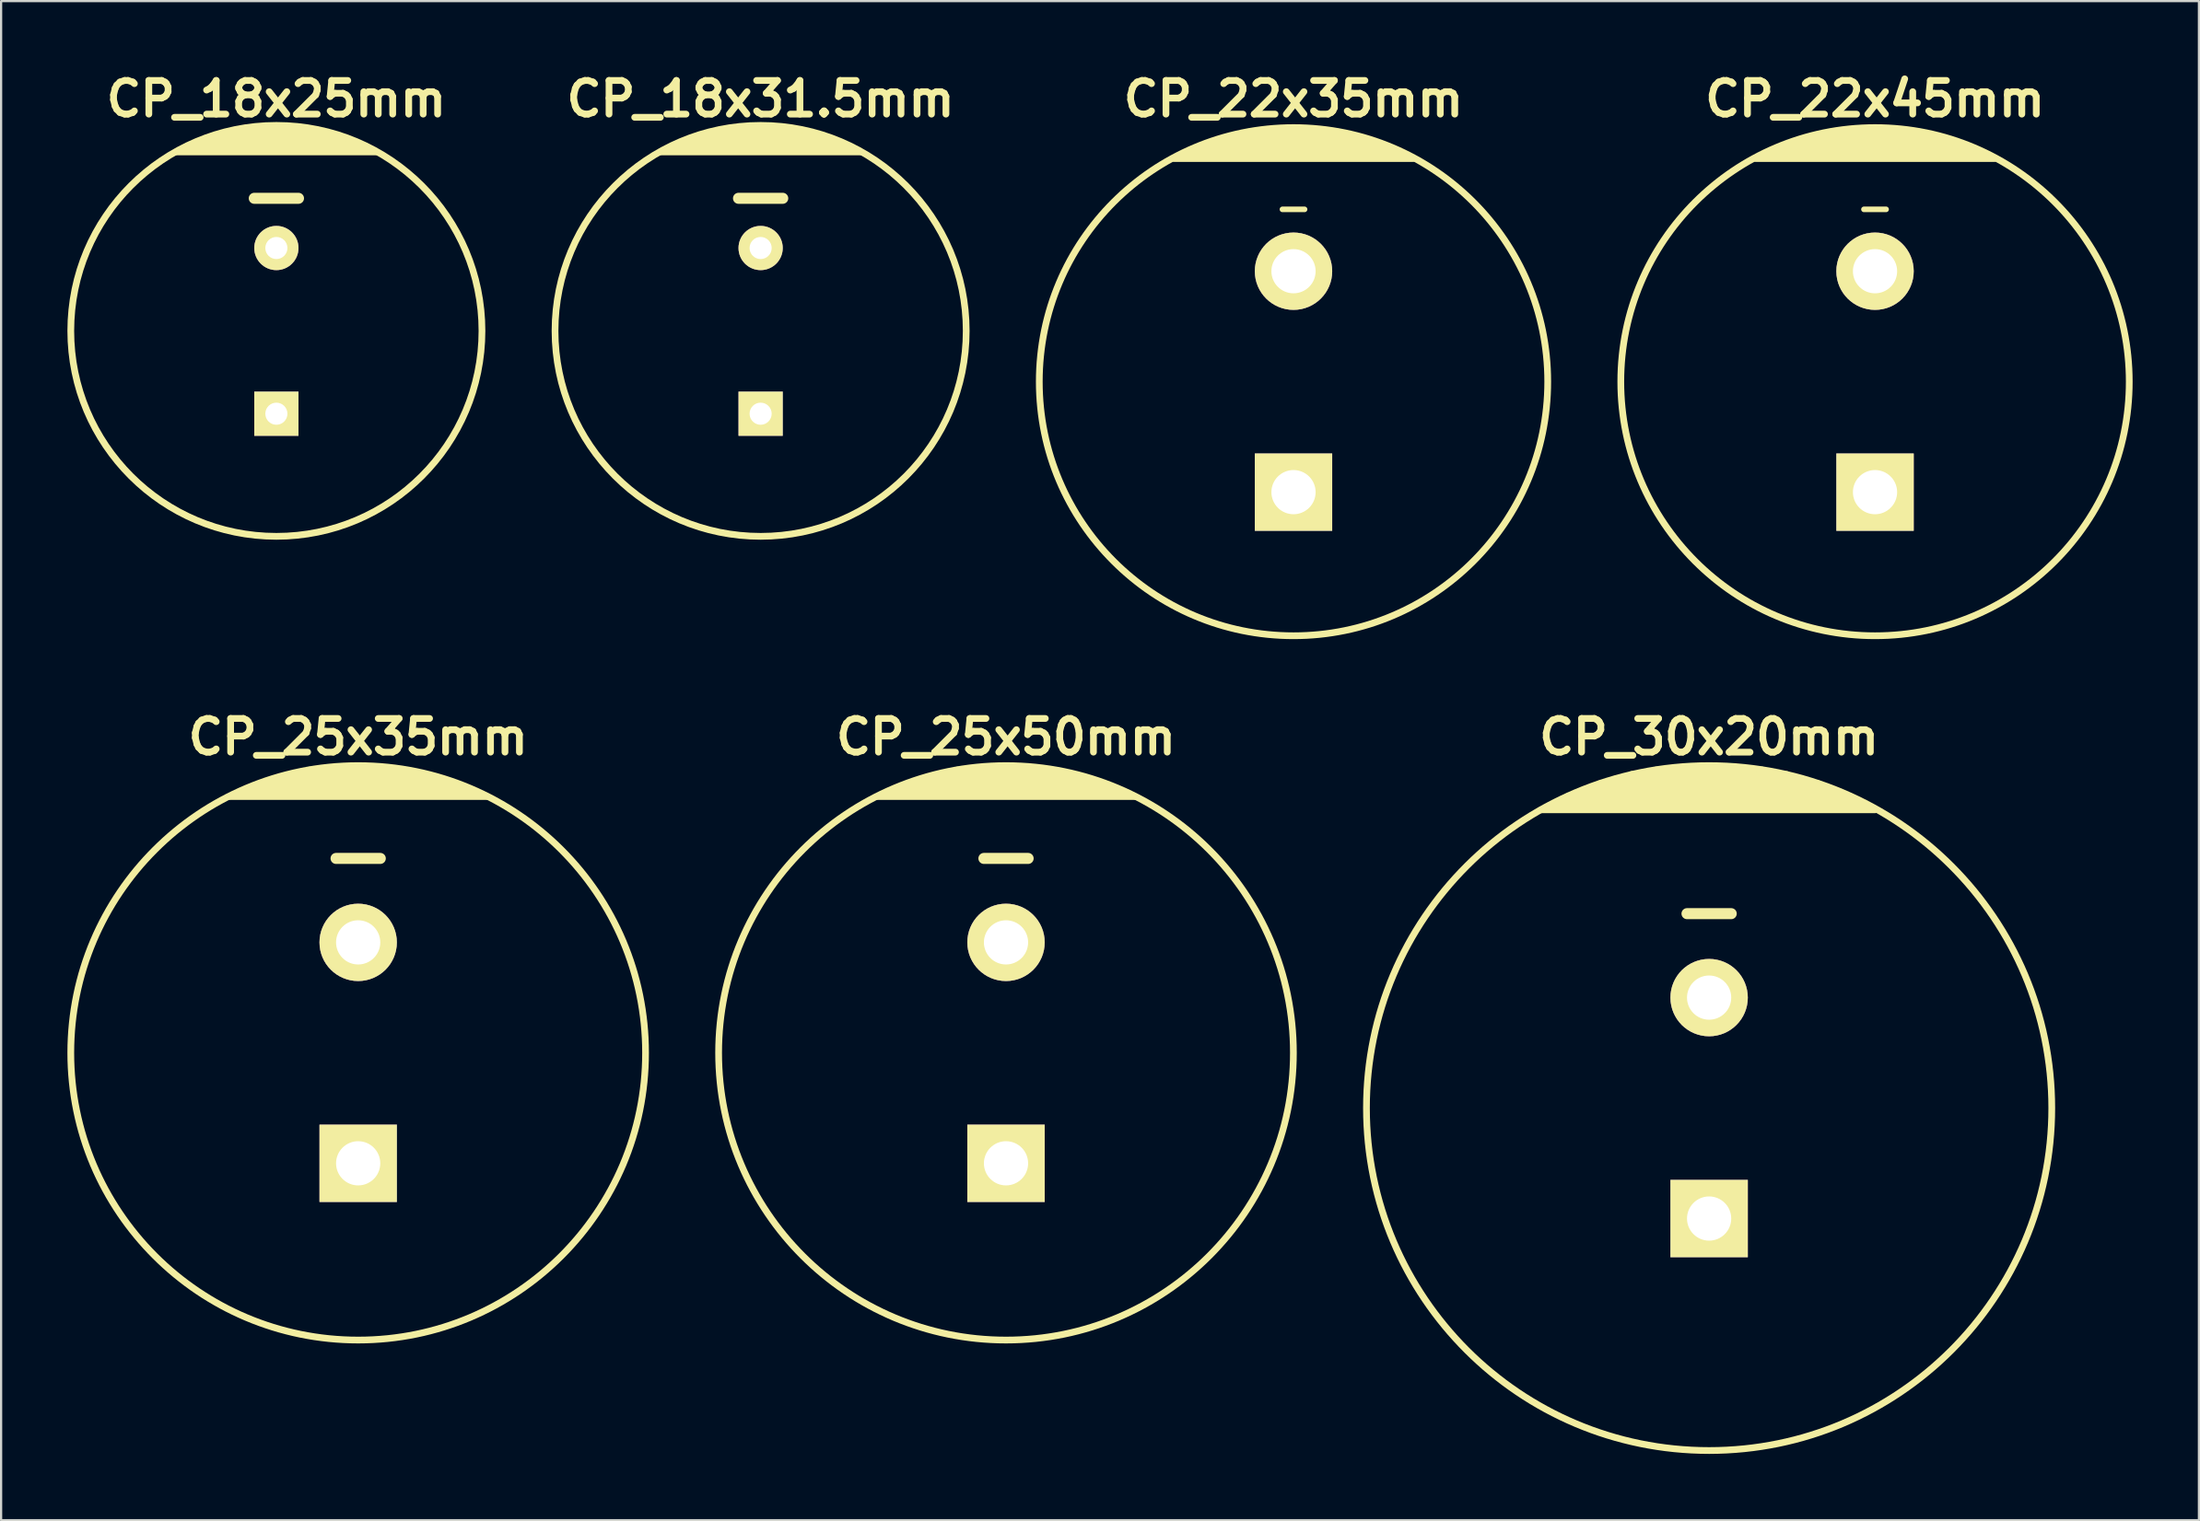
<source format=kicad_pcb>
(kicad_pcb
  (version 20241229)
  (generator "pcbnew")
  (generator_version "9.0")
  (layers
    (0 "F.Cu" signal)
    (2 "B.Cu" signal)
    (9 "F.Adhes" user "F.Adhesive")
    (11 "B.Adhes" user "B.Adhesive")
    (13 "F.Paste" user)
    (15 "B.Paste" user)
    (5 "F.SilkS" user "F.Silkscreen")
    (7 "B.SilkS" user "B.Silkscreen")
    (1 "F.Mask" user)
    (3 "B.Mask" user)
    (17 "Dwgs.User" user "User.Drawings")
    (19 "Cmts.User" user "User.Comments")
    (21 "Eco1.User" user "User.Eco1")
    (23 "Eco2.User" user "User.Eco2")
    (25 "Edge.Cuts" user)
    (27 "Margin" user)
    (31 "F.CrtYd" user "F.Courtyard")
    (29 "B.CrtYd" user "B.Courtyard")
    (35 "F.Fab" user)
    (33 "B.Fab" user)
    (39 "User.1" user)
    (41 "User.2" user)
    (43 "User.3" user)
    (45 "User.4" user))
  (footprint "CP_22x45mm"
    (layer "F.Cu")
    (at 81.767 14.226)
    (property "Reference" "CP_22x45mm" (at 0 -12.8 0) (layer "F.SilkS") (effects (font (size 1.524 1.524) (thickness 0.305))))
    (attr through_hole)
    (fp_line (start -5.4 -10.1) (end 5.4 -10.1) (stroke (width 0.305) (type solid)) (layer "F.SilkS"))
    (fp_line (start -4.5 -10.5) (end 4.5 -10.5) (stroke (width 0.305) (type solid)) (layer "F.SilkS"))
    (fp_line (start -3.5 -10.9) (end 3.5 -10.9) (stroke (width 0.305) (type solid)) (layer "F.SilkS"))
    (fp_line (start -2.9 -11.1) (end 2.9 -11.1) (stroke (width 0.305) (type solid)) (layer "F.SilkS"))
    (fp_line (start -2 -11.3) (end 2 -11.3) (stroke (width 0.305) (type solid)) (layer "F.SilkS"))
    (fp_line (start -0.5 -7.8) (end 0.5 -7.8) (stroke (width 0.254) (type solid)) (layer "F.SilkS"))
    (fp_line (start 4.1 -10.7) (end -4.1 -10.7) (stroke (width 0.305) (type solid)) (layer "F.SilkS"))
    (fp_line (start 5 -10.3) (end -5 -10.3) (stroke (width 0.305) (type solid)) (layer "F.SilkS"))
    (fp_circle (center 0 0) (end -11.5 0) (stroke (width 0.305) (type solid)) (fill no) (layer "F.SilkS"))
    (pad "1" thru_hole rect (at 0 5) (size 3.5 3.5) (drill 2) (layers "*.Cu" "*.Mask" "F.SilkS"))
    (pad "2" thru_hole circle (at 0 -5) (size 3.5 3.5) (drill 2) (layers "*.Cu" "*.Mask" "F.SilkS")))
  (footprint "CP_30x20mm"
    (layer "F.Cu")
    (at 74.262 47.105)
    (property "Reference" "CP_30x20mm" (at 0 -16.8 0) (layer "F.SilkS") (effects (font (size 1.524 1.524) (thickness 0.305))))
    (attr through_hole)
    (fp_line (start -7.6 -13.5) (end 7.5 -13.5) (stroke (width 0.305) (type solid)) (layer "F.SilkS"))
    (fp_line (start -6.8 -13.9) (end 6.8 -13.9) (stroke (width 0.305) (type solid)) (layer "F.SilkS"))
    (fp_line (start -6.4 -14.1) (end 6.4 -14.1) (stroke (width 0.305) (type solid)) (layer "F.SilkS"))
    (fp_line (start -5.4 -14.5) (end 5.4 -14.5) (stroke (width 0.305) (type solid)) (layer "F.SilkS"))
    (fp_line (start -4.9 -14.7) (end 4.9 -14.7) (stroke (width 0.305) (type solid)) (layer "F.SilkS"))
    (fp_line (start -4.2 -14.9) (end 4.2 -14.9) (stroke (width 0.305) (type solid)) (layer "F.SilkS"))
    (fp_line (start -3.5 -15.1) (end 3.5 -15.1) (stroke (width 0.305) (type solid)) (layer "F.SilkS"))
    (fp_line (start -2.4 -15.3) (end 2.4 -15.3) (stroke (width 0.305) (type solid)) (layer "F.SilkS"))
    (fp_line (start -1 -8.8) (end 1 -8.8) (stroke (width 0.5) (type solid)) (layer "F.SilkS"))
    (fp_line (start 5.9 -14.3) (end -5.9 -14.3) (stroke (width 0.305) (type solid)) (layer "F.SilkS"))
    (fp_line (start 7.2 -13.7) (end -7.2 -13.7) (stroke (width 0.305) (type solid)) (layer "F.SilkS"))
    (fp_circle (center 0 0) (end -15.5 0) (stroke (width 0.305) (type solid)) (fill no) (layer "F.SilkS"))
    (pad "1" thru_hole rect (at 0 5) (size 3.5 3.5) (drill 2) (layers "*.Cu" "*.Mask" "F.SilkS"))
    (pad "2" thru_hole circle (at 0 -5) (size 3.5 3.5) (drill 2) (layers "*.Cu" "*.Mask" "F.SilkS")))
  (footprint "CP_22x35mm"
    (layer "F.Cu")
    (at 55.462 14.226)
    (property "Reference" "CP_22x35mm" (at 0 -12.8 0) (layer "F.SilkS") (effects (font (size 1.524 1.524) (thickness 0.305))))
    (attr through_hole)
    (fp_line (start -5.4 -10.1) (end 5.4 -10.1) (stroke (width 0.305) (type solid)) (layer "F.SilkS"))
    (fp_line (start -4.5 -10.5) (end 4.5 -10.5) (stroke (width 0.305) (type solid)) (layer "F.SilkS"))
    (fp_line (start -3.5 -10.9) (end 3.5 -10.9) (stroke (width 0.305) (type solid)) (layer "F.SilkS"))
    (fp_line (start -2.9 -11.1) (end 2.9 -11.1) (stroke (width 0.305) (type solid)) (layer "F.SilkS"))
    (fp_line (start -2 -11.3) (end 2 -11.3) (stroke (width 0.305) (type solid)) (layer "F.SilkS"))
    (fp_line (start -0.5 -7.8) (end 0.5 -7.8) (stroke (width 0.254) (type solid)) (layer "F.SilkS"))
    (fp_line (start 4.1 -10.7) (end -4.1 -10.7) (stroke (width 0.305) (type solid)) (layer "F.SilkS"))
    (fp_line (start 5 -10.3) (end -5 -10.3) (stroke (width 0.305) (type solid)) (layer "F.SilkS"))
    (fp_circle (center 0 0) (end -11.5 0) (stroke (width 0.305) (type solid)) (fill no) (layer "F.SilkS"))
    (pad "1" thru_hole rect (at 0 5) (size 3.5 3.5) (drill 2) (layers "*.Cu" "*.Mask" "F.SilkS"))
    (pad "2" thru_hole circle (at 0 -5) (size 3.5 3.5) (drill 2) (layers "*.Cu" "*.Mask" "F.SilkS")))
  (footprint "CP_25x50mm"
    (layer "F.Cu")
    (at 42.457 44.605)
    (property "Reference" "CP_25x50mm" (at 0 -14.3 0) (layer "F.SilkS") (effects (font (size 1.524 1.524) (thickness 0.305))))
    (attr through_hole)
    (fp_line (start -5.8 -11.6) (end 5.8 -11.6) (stroke (width 0.305) (type solid)) (layer "F.SilkS"))
    (fp_line (start -4.9 -12) (end 4.9 -12) (stroke (width 0.305) (type solid)) (layer "F.SilkS"))
    (fp_line (start -3.8 -12.4) (end 3.8 -12.4) (stroke (width 0.305) (type solid)) (layer "F.SilkS"))
    (fp_line (start -2.2 -12.8) (end 2.1 -12.8) (stroke (width 0.305) (type solid)) (layer "F.SilkS"))
    (fp_line (start -1 -8.8) (end 1 -8.8) (stroke (width 0.5) (type solid)) (layer "F.SilkS"))
    (fp_line (start 3 -12.6) (end -3.1 -12.6) (stroke (width 0.305) (type solid)) (layer "F.SilkS"))
    (fp_line (start 4.4 -12.2) (end -4.4 -12.2) (stroke (width 0.305) (type solid)) (layer "F.SilkS"))
    (fp_line (start 5.4 -11.8) (end -5.3 -11.8) (stroke (width 0.305) (type solid)) (layer "F.SilkS"))
    (fp_circle (center 0 0) (end -13 0) (stroke (width 0.305) (type solid)) (fill no) (layer "F.SilkS"))
    (pad "1" thru_hole rect (at 0 5) (size 3.5 3.5) (drill 2) (layers "*.Cu" "*.Mask" "F.SilkS"))
    (pad "2" thru_hole circle (at 0 -5) (size 3.5 3.5) (drill 2) (layers "*.Cu" "*.Mask" "F.SilkS")))
  (footprint "CP_18x25mm"
    (layer "F.Cu")
    (at 9.452 11.926)
    (property "Reference" "CP_18x25mm" (at 0 -10.5 0) (layer "F.SilkS") (effects (font (size 1.524 1.524) (thickness 0.305))))
    (attr through_hole)
    (fp_line (start -4.5 -8.1) (end 4.5 -8.1) (stroke (width 0.305) (type solid)) (layer "F.SilkS"))
    (fp_line (start -4.1 -8.3) (end 4.1 -8.3) (stroke (width 0.305) (type solid)) (layer "F.SilkS"))
    (fp_line (start -3.2 -8.7) (end 3.2 -8.7) (stroke (width 0.305) (type solid)) (layer "F.SilkS"))
    (fp_line (start -1.8 -9.1) (end 1.8 -9.1) (stroke (width 0.305) (type solid)) (layer "F.SilkS"))
    (fp_line (start -1 -6) (end 1 -6) (stroke (width 0.5) (type solid)) (layer "F.SilkS"))
    (fp_line (start 2.6 -8.9) (end -2.6 -8.9) (stroke (width 0.305) (type solid)) (layer "F.SilkS"))
    (fp_line (start 3.7 -8.5) (end -3.7 -8.5) (stroke (width 0.305) (type solid)) (layer "F.SilkS"))
    (fp_circle (center 0 0) (end -9.3 0) (stroke (width 0.305) (type solid)) (fill no) (layer "F.SilkS"))
    (pad "1" thru_hole rect (at 0 3.75) (size 2 2) (drill 1) (layers "*.Cu" "*.Mask" "F.SilkS"))
    (pad "2" thru_hole circle (at 0 -3.75) (size 2 2) (drill 1) (layers "*.Cu" "*.Mask" "F.SilkS")))
  (footprint "CP_18x31.5mm"
    (layer "F.Cu")
    (at 31.357 11.926)
    (property "Reference" "CP_18x31.5mm" (at 0 -10.5 0) (layer "F.SilkS") (effects (font (size 1.524 1.524) (thickness 0.305))))
    (attr through_hole)
    (fp_line (start -4.5 -8.1) (end 4.5 -8.1) (stroke (width 0.305) (type solid)) (layer "F.SilkS"))
    (fp_line (start -4.1 -8.3) (end 4.1 -8.3) (stroke (width 0.305) (type solid)) (layer "F.SilkS"))
    (fp_line (start -3.2 -8.7) (end 3.2 -8.7) (stroke (width 0.305) (type solid)) (layer "F.SilkS"))
    (fp_line (start -1.8 -9.1) (end 1.8 -9.1) (stroke (width 0.305) (type solid)) (layer "F.SilkS"))
    (fp_line (start -1 -6) (end 1 -6) (stroke (width 0.5) (type solid)) (layer "F.SilkS"))
    (fp_line (start 2.6 -8.9) (end -2.6 -8.9) (stroke (width 0.305) (type solid)) (layer "F.SilkS"))
    (fp_line (start 3.7 -8.5) (end -3.7 -8.5) (stroke (width 0.305) (type solid)) (layer "F.SilkS"))
    (fp_circle (center 0 0) (end -9.3 0) (stroke (width 0.305) (type solid)) (fill no) (layer "F.SilkS"))
    (pad "1" thru_hole rect (at 0 3.75) (size 2 2) (drill 1) (layers "*.Cu" "*.Mask" "F.SilkS"))
    (pad "2" thru_hole circle (at 0 -3.75) (size 2 2) (drill 1) (layers "*.Cu" "*.Mask" "F.SilkS")))
  (footprint "CP_25x35mm"
    (layer "F.Cu")
    (at 13.152 44.605)
    (property "Reference" "CP_25x35mm" (at 0 -14.3 0) (layer "F.SilkS") (effects (font (size 1.524 1.524) (thickness 0.305))))
    (attr through_hole)
    (fp_line (start -5.8 -11.6) (end 5.8 -11.6) (stroke (width 0.305) (type solid)) (layer "F.SilkS"))
    (fp_line (start -4.9 -12) (end 4.9 -12) (stroke (width 0.305) (type solid)) (layer "F.SilkS"))
    (fp_line (start -3.8 -12.4) (end 3.8 -12.4) (stroke (width 0.305) (type solid)) (layer "F.SilkS"))
    (fp_line (start -2.2 -12.8) (end 2.1 -12.8) (stroke (width 0.305) (type solid)) (layer "F.SilkS"))
    (fp_line (start -1 -8.8) (end 1 -8.8) (stroke (width 0.5) (type solid)) (layer "F.SilkS"))
    (fp_line (start 3 -12.6) (end -3.1 -12.6) (stroke (width 0.305) (type solid)) (layer "F.SilkS"))
    (fp_line (start 4.4 -12.2) (end -4.4 -12.2) (stroke (width 0.305) (type solid)) (layer "F.SilkS"))
    (fp_line (start 5.4 -11.8) (end -5.3 -11.8) (stroke (width 0.305) (type solid)) (layer "F.SilkS"))
    (fp_circle (center 0 0) (end -13 0) (stroke (width 0.305) (type solid)) (fill no) (layer "F.SilkS"))
    (pad "1" thru_hole rect (at 0 5) (size 3.5 3.5) (drill 2) (layers "*.Cu" "*.Mask" "F.SilkS"))
    (pad "2" thru_hole circle (at 0 -5) (size 3.5 3.5) (drill 2) (layers "*.Cu" "*.Mask" "F.SilkS")))
  (gr_rect
    (start -3 -3)
    (end 96.419 65.758)
    (stroke (width 0.1) (type default))
    (fill no)
    (layer "Edge.Cuts")))
</source>
